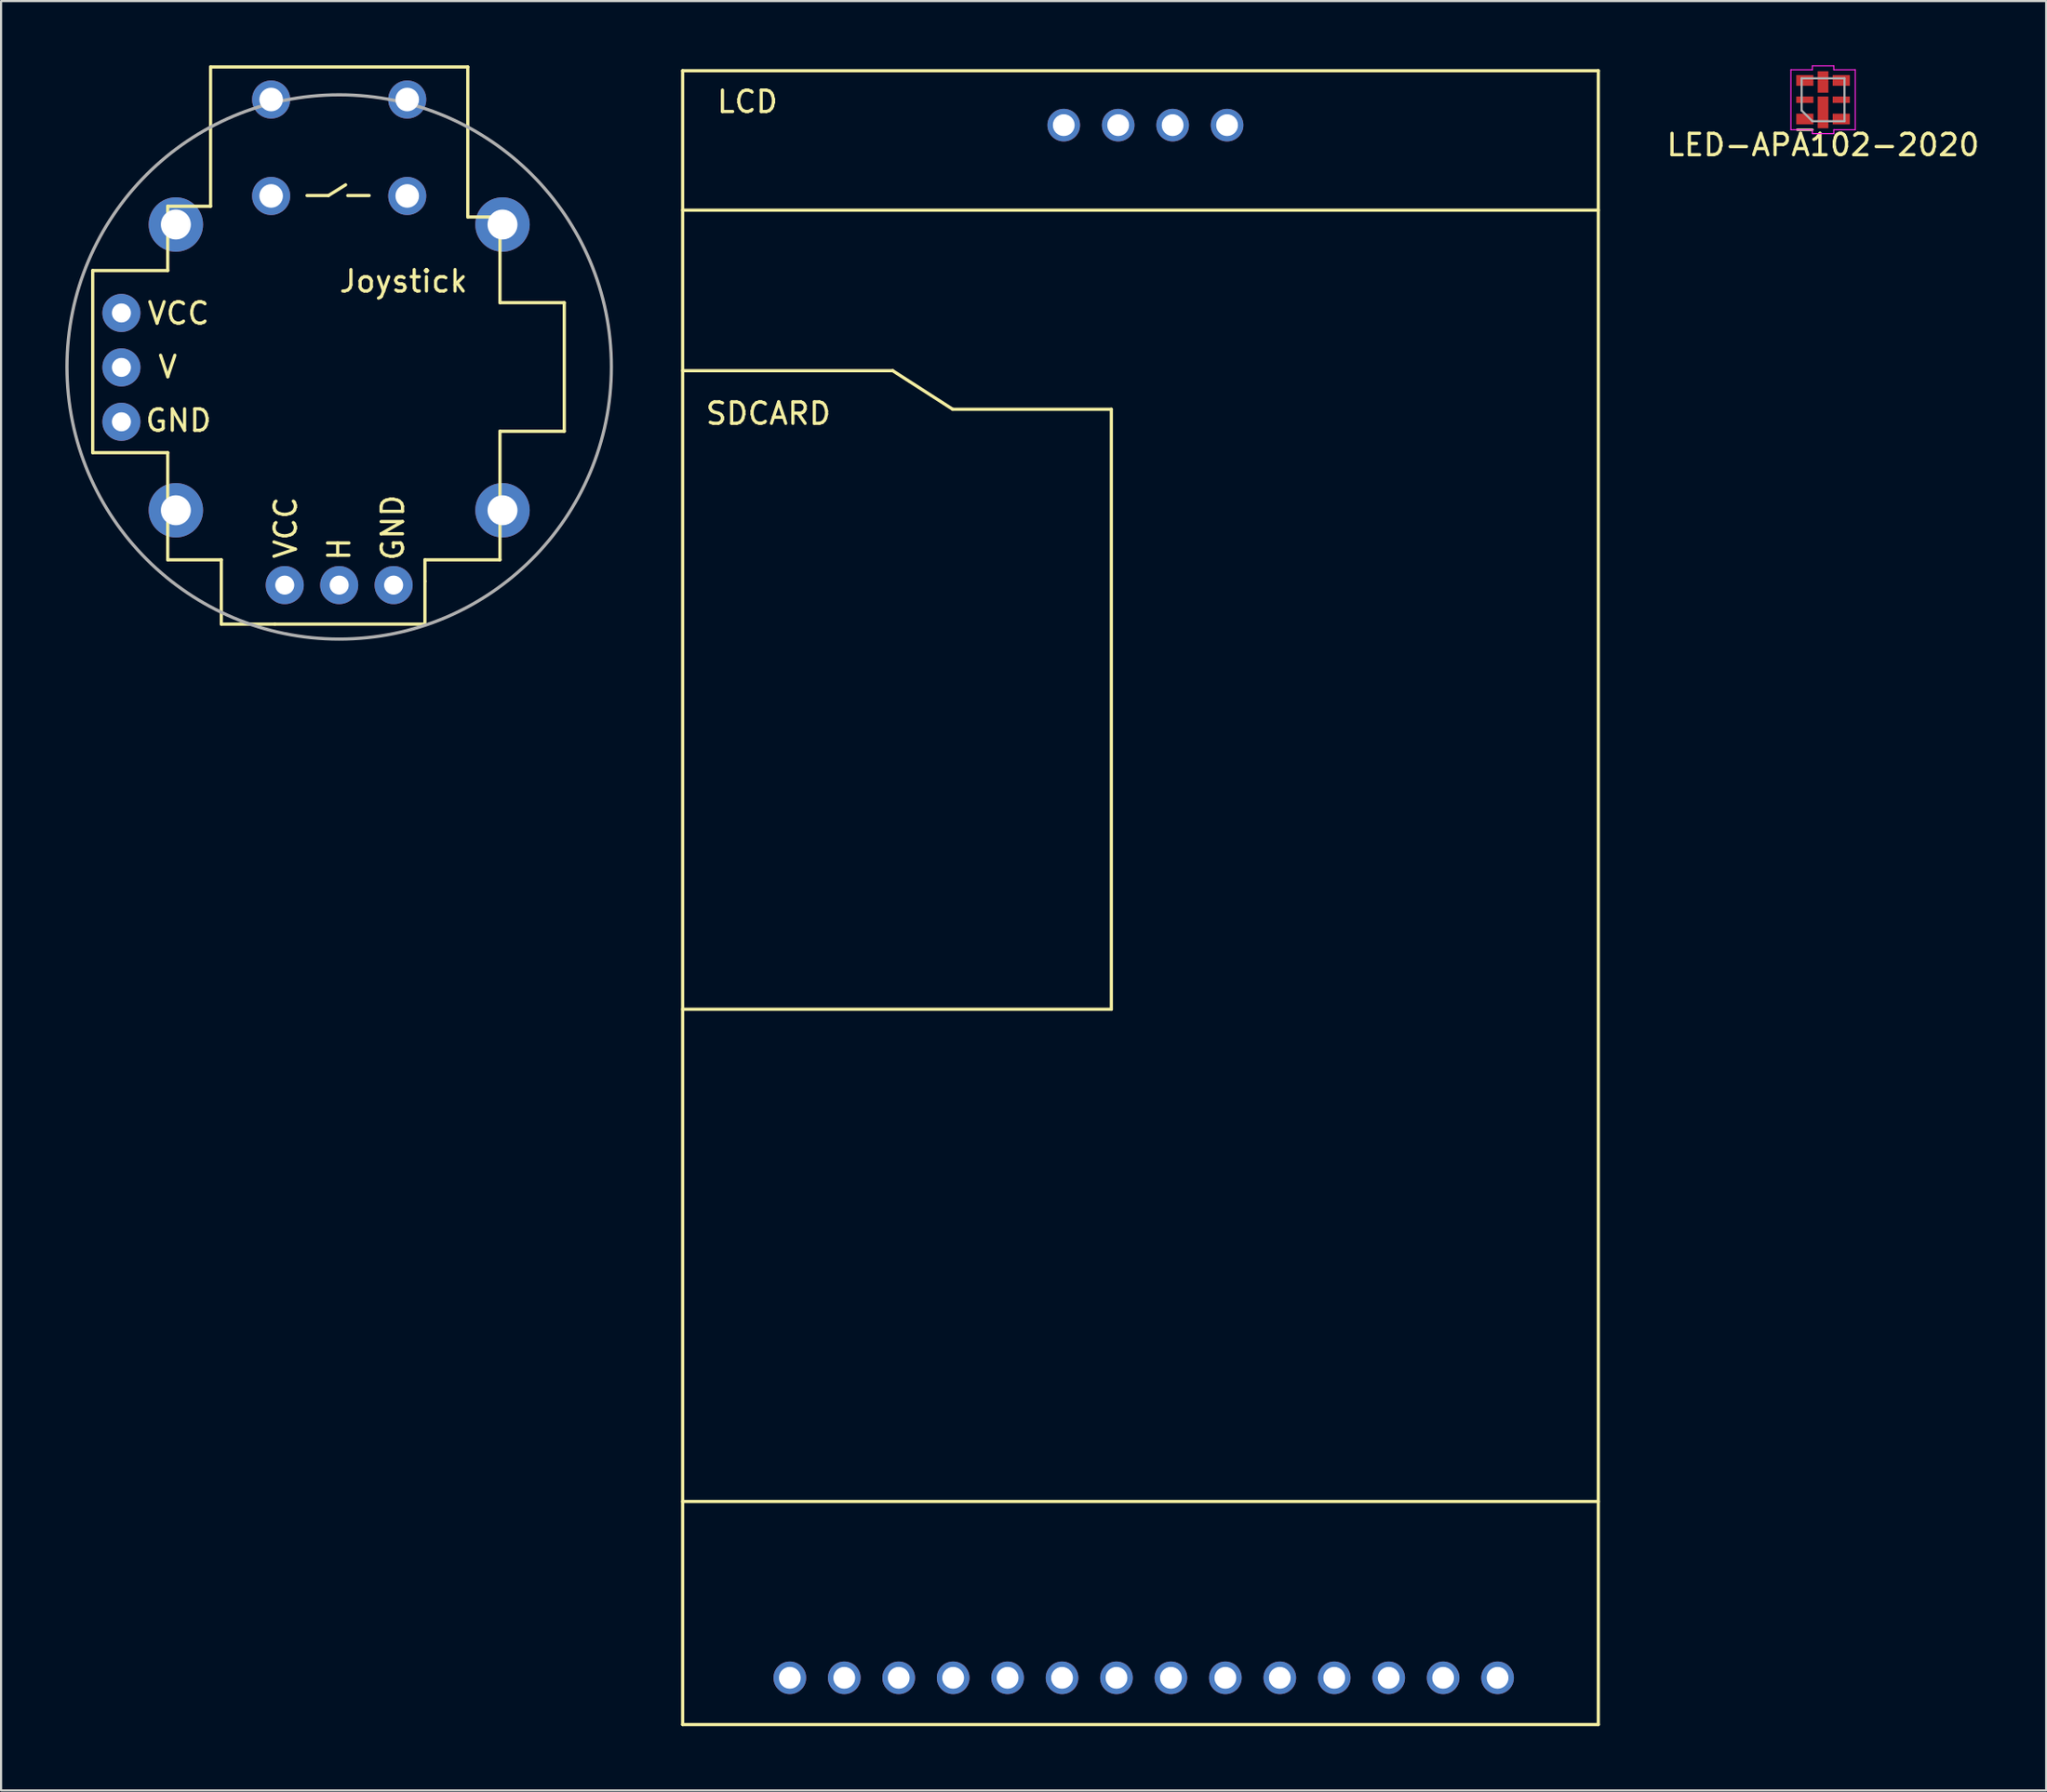
<source format=kicad_pcb>
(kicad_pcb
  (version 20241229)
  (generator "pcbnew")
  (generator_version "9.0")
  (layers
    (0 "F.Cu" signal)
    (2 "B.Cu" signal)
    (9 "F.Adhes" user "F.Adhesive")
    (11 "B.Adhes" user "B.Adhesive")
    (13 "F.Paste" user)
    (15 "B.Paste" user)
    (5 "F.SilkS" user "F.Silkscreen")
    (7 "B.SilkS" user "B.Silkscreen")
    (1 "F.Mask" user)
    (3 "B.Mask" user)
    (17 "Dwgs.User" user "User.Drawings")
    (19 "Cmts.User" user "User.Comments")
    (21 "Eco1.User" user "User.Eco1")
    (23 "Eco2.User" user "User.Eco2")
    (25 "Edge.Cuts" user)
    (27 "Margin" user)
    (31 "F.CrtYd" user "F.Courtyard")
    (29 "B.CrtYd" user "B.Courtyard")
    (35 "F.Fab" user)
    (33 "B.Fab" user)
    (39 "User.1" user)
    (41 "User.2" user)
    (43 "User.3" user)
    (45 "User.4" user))
  (footprint "LCD"
    (layer "F.Cu")
    (at 28.8 0.25)
    (property "Reference" "LCD" (at 3.023 1.448 0) (layer "F.SilkS") (effects (font (size 1 1) (thickness 0.15))))
    (attr through_hole)
    (fp_line (start 0 0) (end 0 77.18) (stroke (width 0.15) (type solid)) (layer "F.SilkS"))
    (fp_line (start 0 0) (end 42.72 0) (stroke (width 0.15) (type solid)) (layer "F.SilkS"))
    (fp_line (start 0 6.51) (end 42.72 6.51) (stroke (width 0.15) (type solid)) (layer "F.SilkS"))
    (fp_line (start 0 14) (end 9.8 14) (stroke (width 0.15) (type solid)) (layer "F.SilkS"))
    (fp_line (start 0 43.8) (end 20 43.8) (stroke (width 0.15) (type solid)) (layer "F.SilkS"))
    (fp_line (start 0 66.77) (end 42.72 66.77) (stroke (width 0.15) (type solid)) (layer "F.SilkS"))
    (fp_line (start 0 77.18) (end 42.72 77.18) (stroke (width 0.15) (type solid)) (layer "F.SilkS"))
    (fp_line (start 9.8 14) (end 12.6 15.8) (stroke (width 0.15) (type solid)) (layer "F.SilkS"))
    (fp_line (start 20 15.8) (end 12.6 15.8) (stroke (width 0.15) (type solid)) (layer "F.SilkS"))
    (fp_line (start 20 15.8) (end 20 43.8) (stroke (width 0.15) (type solid)) (layer "F.SilkS"))
    (fp_line (start 42.72 0) (end 42.72 77.18) (stroke (width 0.15) (type solid)) (layer "F.SilkS"))
    (fp_text user "SDCARD" (at 4 16 0) (layer "F.SilkS") (effects (font (size 1 1) (thickness 0.15))))
    (pad "1" thru_hole circle (at 38.02 75) (size 1.524 1.524) (drill 1.016) (layers "*.Cu" "*.Mask"))
    (pad "2" thru_hole circle (at 35.48 75) (size 1.524 1.524) (drill 1.016) (layers "*.Cu" "*.Mask"))
    (pad "3" thru_hole circle (at 32.94 75) (size 1.524 1.524) (drill 1.016) (layers "*.Cu" "*.Mask"))
    (pad "4" thru_hole circle (at 30.4 75) (size 1.524 1.524) (drill 1.016) (layers "*.Cu" "*.Mask"))
    (pad "5" thru_hole circle (at 27.86 75) (size 1.524 1.524) (drill 1.016) (layers "*.Cu" "*.Mask"))
    (pad "6" thru_hole circle (at 25.32 75) (size 1.524 1.524) (drill 1.016) (layers "*.Cu" "*.Mask"))
    (pad "7" thru_hole circle (at 22.78 75) (size 1.524 1.524) (drill 1.016) (layers "*.Cu" "*.Mask"))
    (pad "8" thru_hole circle (at 20.24 75) (size 1.524 1.524) (drill 1.016) (layers "*.Cu" "*.Mask"))
    (pad "9" thru_hole circle (at 17.7 75) (size 1.524 1.524) (drill 1.016) (layers "*.Cu" "*.Mask"))
    (pad "10" thru_hole circle (at 15.16 75) (size 1.524 1.524) (drill 1.016) (layers "*.Cu" "*.Mask"))
    (pad "11" thru_hole circle (at 12.62 75) (size 1.524 1.524) (drill 1.016) (layers "*.Cu" "*.Mask"))
    (pad "12" thru_hole circle (at 10.08 75) (size 1.524 1.524) (drill 1.016) (layers "*.Cu" "*.Mask"))
    (pad "13" thru_hole circle (at 7.54 75) (size 1.524 1.524) (drill 1.016) (layers "*.Cu" "*.Mask"))
    (pad "14" thru_hole circle (at 5 75) (size 1.524 1.524) (drill 1.016) (layers "*.Cu" "*.Mask"))
    (pad "15" thru_hole circle (at 25.4 2.54) (size 1.524 1.524) (drill 1.016) (layers "*.Cu" "*.Mask"))
    (pad "16" thru_hole circle (at 22.86 2.54) (size 1.524 1.524) (drill 1.016) (layers "*.Cu" "*.Mask"))
    (pad "17" thru_hole circle (at 20.32 2.54) (size 1.524 1.524) (drill 1.016) (layers "*.Cu" "*.Mask"))
    (pad "18" thru_hole circle (at 17.78 2.54) (size 1.524 1.524) (drill 1.016) (layers "*.Cu" "*.Mask")))
  (footprint "Joystick"
    (layer "F.Cu")
    (at 12.775 14.075)
    (property "Reference" "Joystick" (at 3 -4 0) (layer "F.SilkS") (effects (font (size 1 1) (thickness 0.15))))
    (attr through_hole)
    (fp_line (start -11.5 -4.5) (end -11.5 4) (stroke (width 0.15) (type solid)) (layer "F.SilkS"))
    (fp_line (start -11.5 4) (end -8 4) (stroke (width 0.15) (type solid)) (layer "F.SilkS"))
    (fp_line (start -8 -4.5) (end -11.5 -4.5) (stroke (width 0.15) (type solid)) (layer "F.SilkS"))
    (fp_line (start -8 -4.5) (end -8 -7.5) (stroke (width 0.15) (type solid)) (layer "F.SilkS"))
    (fp_line (start -8 4) (end -8 9) (stroke (width 0.15) (type solid)) (layer "F.SilkS"))
    (fp_line (start -8 9) (end -5.5 9) (stroke (width 0.15) (type solid)) (layer "F.SilkS"))
    (fp_line (start -6 -7.5) (end -8 -7.5) (stroke (width 0.15) (type solid)) (layer "F.SilkS"))
    (fp_line (start -6 -7.5) (end -6 -14) (stroke (width 0.15) (type solid)) (layer "F.SilkS"))
    (fp_line (start -5.5 9) (end -5.5 12) (stroke (width 0.15) (type solid)) (layer "F.SilkS"))
    (fp_line (start -5.5 12) (end -3 12) (stroke (width 0.15) (type solid)) (layer "F.SilkS"))
    (fp_line (start -3 12) (end 4 12) (stroke (width 0.15) (type solid)) (layer "F.SilkS"))
    (fp_line (start -1.5 -8) (end -0.5 -8) (stroke (width 0.15) (type solid)) (layer "F.SilkS"))
    (fp_line (start -0.5 -8) (end 0.3 -8.5) (stroke (width 0.15) (type solid)) (layer "F.SilkS"))
    (fp_line (start 0.4 -8) (end 1.4 -8) (stroke (width 0.15) (type solid)) (layer "F.SilkS"))
    (fp_line (start 4 9) (end 7.5 9) (stroke (width 0.15) (type solid)) (layer "F.SilkS"))
    (fp_line (start 4 10) (end 4 9) (stroke (width 0.15) (type solid)) (layer "F.SilkS"))
    (fp_line (start 4 12) (end 4 10) (stroke (width 0.15) (type solid)) (layer "F.SilkS"))
    (fp_line (start 6 -14) (end -6 -14) (stroke (width 0.15) (type solid)) (layer "F.SilkS"))
    (fp_line (start 6 -7) (end 6 -14) (stroke (width 0.15) (type solid)) (layer "F.SilkS"))
    (fp_line (start 7.5 -7) (end 6 -7) (stroke (width 0.15) (type solid)) (layer "F.SilkS"))
    (fp_line (start 7.5 -3) (end 7.5 -7) (stroke (width 0.15) (type solid)) (layer "F.SilkS"))
    (fp_line (start 7.5 -3) (end 10.5 -3) (stroke (width 0.15) (type solid)) (layer "F.SilkS"))
    (fp_line (start 7.5 3) (end 10.5 3) (stroke (width 0.15) (type solid)) (layer "F.SilkS"))
    (fp_line (start 7.5 9) (end 7.5 3) (stroke (width 0.15) (type solid)) (layer "F.SilkS"))
    (fp_line (start 10.5 3) (end 10.5 -3) (stroke (width 0.15) (type solid)) (layer "F.SilkS"))
    (fp_circle (center 0 0) (end 12.7 0) (stroke (width 0.15) (type solid)) (fill no) (layer "F.Fab"))
    (fp_text user "GND" (at 2.5 7.5 90) (layer "F.SilkS") (effects (font (size 1 1) (thickness 0.15))))
    (fp_text user "VCC" (at -7.5 -2.5 0) (layer "F.SilkS") (effects (font (size 1 1) (thickness 0.15))))
    (fp_text user "V" (at -8 0 0) (layer "F.SilkS") (effects (font (size 1 1) (thickness 0.15))))
    (fp_text user "H" (at 0 8.5 90) (layer "F.SilkS") (effects (font (size 1 1) (thickness 0.15))))
    (fp_text user "VCC" (at -2.5 7.5 90) (layer "F.SilkS") (effects (font (size 1 1) (thickness 0.15))))
    (fp_text user "GND" (at -7.5 2.5 0) (layer "F.SilkS") (effects (font (size 1 1) (thickness 0.15))))
    (pad "" np_thru_hole circle (at -7.62 -6.647) (size 2.54 2.54) (drill 1.397) (layers "*.Cu" "*.Mask"))
    (pad "" np_thru_hole circle (at -7.62 6.688) (size 2.54 2.54) (drill 1.397) (layers "*.Cu" "*.Mask"))
    (pad "" np_thru_hole circle (at 7.62 -6.647) (size 2.54 2.54) (drill 1.397) (layers "*.Cu" "*.Mask"))
    (pad "" np_thru_hole circle (at 7.62 6.688) (size 2.54 2.54) (drill 1.397) (layers "*.Cu" "*.Mask"))
    (pad "1" thru_hole circle (at -3.175 -12.481) (size 1.778 1.778) (drill 1.1) (layers "*.Cu" "*.Mask"))
    (pad "2" thru_hole circle (at 3.175 -12.481) (size 1.778 1.778) (drill 1.1) (layers "*.Cu" "*.Mask"))
    (pad "3" thru_hole circle (at -3.175 -7.981) (size 1.778 1.778) (drill 1.1) (layers "*.Cu" "*.Mask"))
    (pad "4" thru_hole circle (at 3.175 -7.981) (size 1.778 1.778) (drill 1.1) (layers "*.Cu" "*.Mask"))
    (pad "5" thru_hole circle (at -2.54 10.18) (size 1.778 1.778) (drill 0.889) (layers "*.Cu" "*.Mask"))
    (pad "6" thru_hole circle (at 0 10.18) (size 1.778 1.778) (drill 0.889) (layers "*.Cu" "*.Mask"))
    (pad "7" thru_hole circle (at 2.54 10.18) (size 1.778 1.778) (drill 0.889) (layers "*.Cu" "*.Mask"))
    (pad "8" thru_hole circle (at -10.16 -2.52) (size 1.778 1.778) (drill 0.889) (layers "*.Cu" "*.Mask"))
    (pad "9" thru_hole circle (at -10.16 0.02) (size 1.778 1.778) (drill 0.889) (layers "*.Cu" "*.Mask"))
    (pad "10" thru_hole circle (at -10.16 2.56) (size 1.778 1.778) (drill 0.889) (layers "*.Cu" "*.Mask")))
  (footprint "LED-APA102-2020"
    (layer "F.Cu")
    (at 82.006 1.605)
    (property "Reference" "LED-APA102-2020" (at 0 2.11 0) (layer "F.SilkS") (effects (font (size 1 1) (thickness 0.15))))
    (attr smd)
    (fp_line (start -1.2 1.4) (end -0.5 1.4) (stroke (width 0.12) (type solid)) (layer "F.SilkS"))
    (fp_line (start -1.5 -1.4) (end -1.5 1.4) (stroke (width 0.05) (type solid)) (layer "F.CrtYd"))
    (fp_line (start -1.5 -1.4) (end -0.5 -1.4) (stroke (width 0.05) (type solid)) (layer "F.CrtYd"))
    (fp_line (start -0.5 -1.58) (end 0.5 -1.58) (stroke (width 0.05) (type solid)) (layer "F.CrtYd"))
    (fp_line (start -0.5 -1.4) (end -0.5 -1.58) (stroke (width 0.05) (type solid)) (layer "F.CrtYd"))
    (fp_line (start -0.5 1.4) (end -1.5 1.4) (stroke (width 0.05) (type solid)) (layer "F.CrtYd"))
    (fp_line (start -0.5 1.4) (end -0.5 1.58) (stroke (width 0.05) (type solid)) (layer "F.CrtYd"))
    (fp_line (start -0.5 1.58) (end 0.5 1.58) (stroke (width 0.05) (type solid)) (layer "F.CrtYd"))
    (fp_line (start 0.5 -1.58) (end 0.5 -1.4) (stroke (width 0.05) (type solid)) (layer "F.CrtYd"))
    (fp_line (start 0.5 -1.4) (end 1.5 -1.4) (stroke (width 0.05) (type solid)) (layer "F.CrtYd"))
    (fp_line (start 0.5 1.58) (end 0.5 1.4) (stroke (width 0.05) (type solid)) (layer "F.CrtYd"))
    (fp_line (start 1.5 -1.4) (end 1.5 1.4) (stroke (width 0.05) (type solid)) (layer "F.CrtYd"))
    (fp_line (start 1.5 1.4) (end 0.5 1.4) (stroke (width 0.05) (type solid)) (layer "F.CrtYd"))
    (fp_line (start -1 -1) (end 1 -1) (stroke (width 0.1) (type solid)) (layer "F.Fab"))
    (fp_line (start -1 0.5) (end -1 -1) (stroke (width 0.1) (type solid)) (layer "F.Fab"))
    (fp_line (start -1 0.5) (end -0.5 1) (stroke (width 0.1) (type solid)) (layer "F.Fab"))
    (fp_line (start 1 -1) (end 1 1) (stroke (width 0.1) (type solid)) (layer "F.Fab"))
    (fp_line (start 1 1) (end -0.5 1) (stroke (width 0.1) (type solid)) (layer "F.Fab"))
    (pad "1" smd rect (at -0.85 -0.9) (size 0.8 0.5) (layers "F.Cu" "F.Mask" "F.Paste"))
    (pad "1" smd rect (at 0 -0.83 90) (size 1 0.5) (layers "F.Cu" "F.Mask" "F.Paste"))
    (pad "2" smd rect (at -0.85 0) (size 0.8 0.3) (layers "F.Cu" "F.Mask" "F.Paste"))
    (pad "3" smd rect (at -0.85 0.9) (size 0.8 0.5) (layers "F.Cu" "F.Mask" "F.Paste"))
    (pad "4" smd rect (at 0.85 0.9) (size 0.8 0.5) (layers "F.Cu" "F.Mask" "F.Paste"))
    (pad "5" smd rect (at 0.85 0) (size 0.8 0.3) (layers "F.Cu" "F.Mask" "F.Paste"))
    (pad "6" smd rect (at 0 0.59 90) (size 1.48 0.5) (layers "F.Cu" "F.Mask" "F.Paste"))
    (pad "6" smd rect (at 0.85 -0.9) (size 0.8 0.5) (layers "F.Cu" "F.Mask" "F.Paste")))
  (gr_rect
    (start -3 -3)
    (end 92.416 80.505)
    (stroke (width 0.1) (type default))
    (fill no)
    (layer "Edge.Cuts")))
</source>
